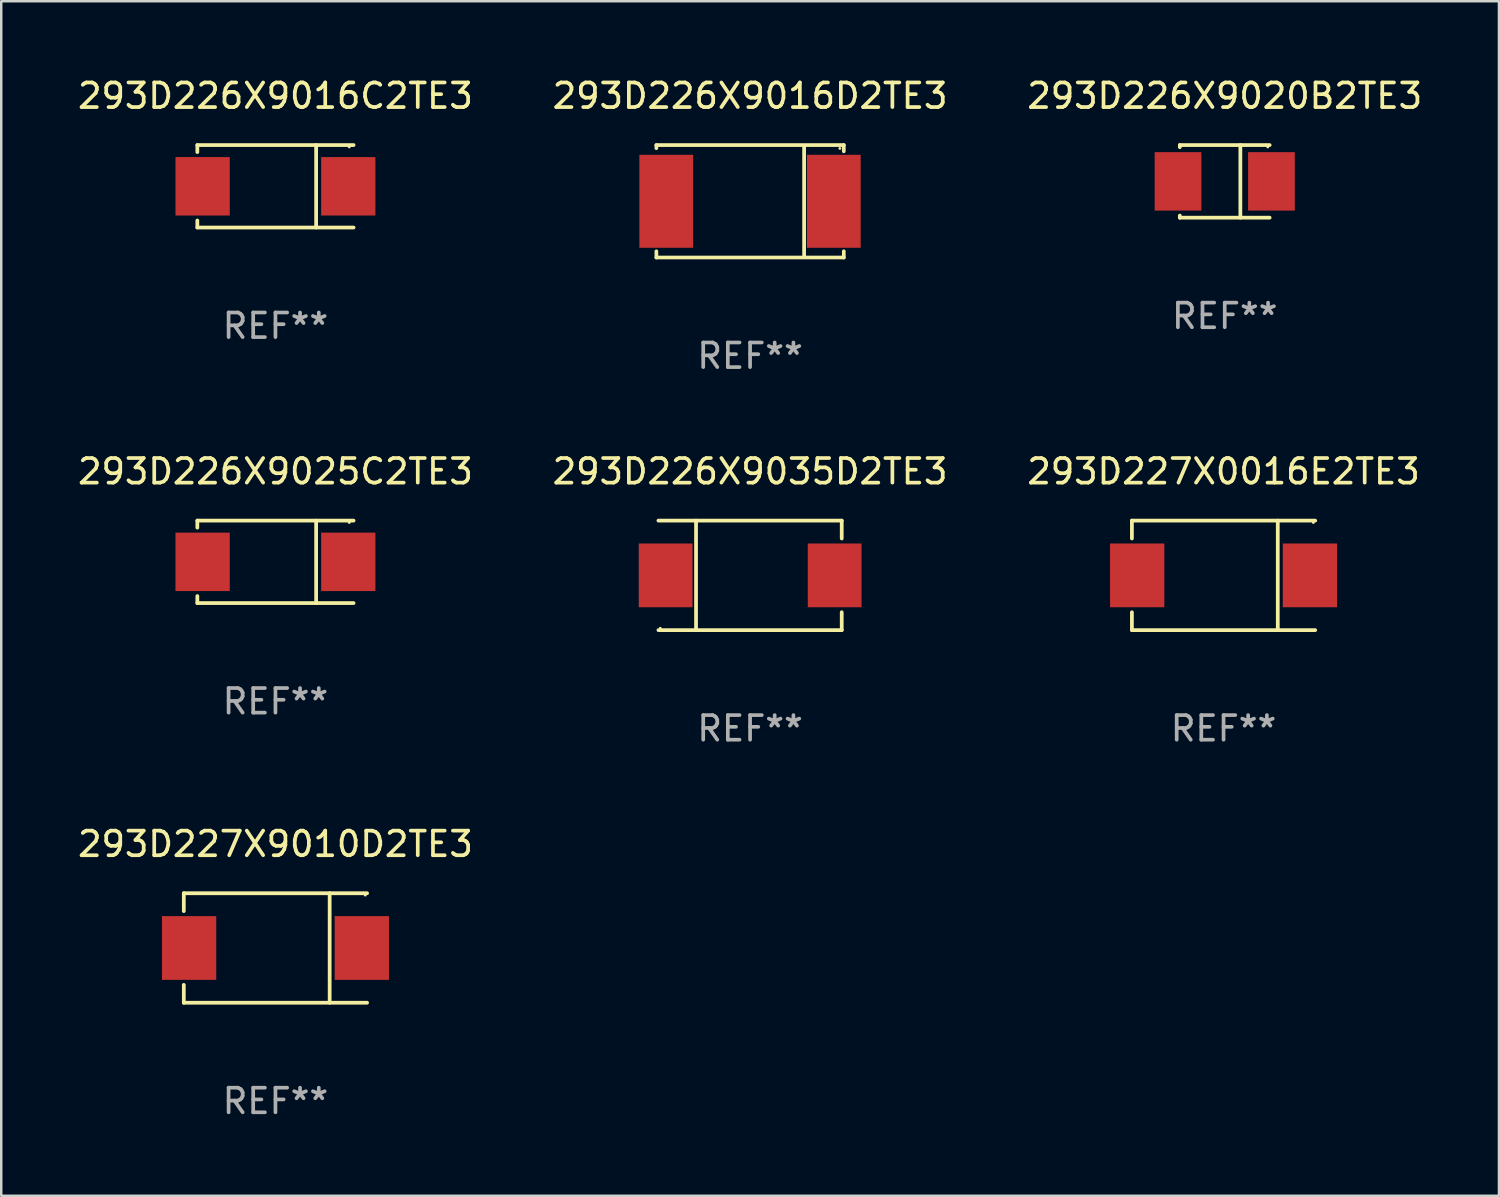
<source format=kicad_pcb>
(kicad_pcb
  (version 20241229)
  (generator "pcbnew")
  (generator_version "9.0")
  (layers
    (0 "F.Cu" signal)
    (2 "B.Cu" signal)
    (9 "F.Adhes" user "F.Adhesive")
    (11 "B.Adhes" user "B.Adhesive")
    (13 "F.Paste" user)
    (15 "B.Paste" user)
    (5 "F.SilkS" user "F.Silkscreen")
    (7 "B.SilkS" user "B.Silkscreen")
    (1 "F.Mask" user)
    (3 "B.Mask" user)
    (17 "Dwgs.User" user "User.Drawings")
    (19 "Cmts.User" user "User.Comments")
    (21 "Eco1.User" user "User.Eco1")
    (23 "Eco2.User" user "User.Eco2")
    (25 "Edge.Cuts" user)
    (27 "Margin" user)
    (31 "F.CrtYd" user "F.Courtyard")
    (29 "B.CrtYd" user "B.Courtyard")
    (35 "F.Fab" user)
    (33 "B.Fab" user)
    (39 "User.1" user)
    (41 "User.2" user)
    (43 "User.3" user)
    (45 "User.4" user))
  (footprint "293D226X9016D2TE3"
    (layer "F.Cu")
    (at 27.446 5.134)
    (property "Reference" "293D226X9016D2TE3" (at 0 -4.286 0) (layer "F.SilkS") (effects (font (size 1 1) (thickness 0.15))))
    (attr through_hole)
    (fp_line (start -3.81 -2.286) (end -3.81 -2.159) (stroke (width 0.15) (type solid)) (layer "F.SilkS"))
    (fp_line (start -3.81 2.032) (end -3.81 2.286) (stroke (width 0.15) (type solid)) (layer "F.SilkS"))
    (fp_line (start -3.81 2.286) (end 3.81 2.286) (stroke (width 0.15) (type solid)) (layer "F.SilkS"))
    (fp_line (start 2.197 -2.226) (end 2.197 2.226) (stroke (width 0.152) (type solid)) (layer "F.SilkS"))
    (fp_line (start 3.81 -2.286) (end -3.81 -2.286) (stroke (width 0.15) (type solid)) (layer "F.SilkS"))
    (fp_line (start 3.81 -2.032) (end 3.81 -2.286) (stroke (width 0.15) (type solid)) (layer "F.SilkS"))
    (fp_line (start 3.81 2.286) (end 3.81 2.032) (stroke (width 0.15) (type solid)) (layer "F.SilkS"))
    (fp_circle (center 3.65 -2.15) (end 3.68 -2.15) (stroke (width 0.06) (type solid)) (fill no) (layer "F.SilkS"))
    (fp_text user "REF**" (at 0 6.286 0) (layer "F.Fab") (effects (font (size 1 1) (thickness 0.15))))
    (pad "1" smd rect (at 3.404 0 180) (size 2.185 3.78) (layers "F.Cu" "F.Mask" "F.Paste"))
    (pad "2" smd rect (at -3.409 0 180) (size 2.185 3.78) (layers "F.Cu" "F.Mask" "F.Paste")))
  (footprint "293D227X9010D2TE3"
    (layer "F.Cu")
    (at 8.149 35.492)
    (property "Reference" "293D227X9010D2TE3" (at 0 -4.226 0) (layer "F.SilkS") (effects (font (size 1 1) (thickness 0.15))))
    (attr through_hole)
    (fp_line (start -3.726 -2.226) (end -3.726 -1.499) (stroke (width 0.152) (type solid)) (layer "F.SilkS"))
    (fp_line (start -3.726 -2.226) (end 3.726 -2.226) (stroke (width 0.152) (type solid)) (layer "F.SilkS"))
    (fp_line (start -3.726 2.226) (end -3.726 1.499) (stroke (width 0.152) (type solid)) (layer "F.SilkS"))
    (fp_line (start -3.726 2.226) (end 3.726 2.226) (stroke (width 0.152) (type solid)) (layer "F.SilkS"))
    (fp_line (start 2.204 -2.226) (end 2.204 2.226) (stroke (width 0.152) (type solid)) (layer "F.SilkS"))
    (fp_circle (center 3.65 -2.15) (end 3.68 -2.15) (stroke (width 0.06) (type solid)) (fill no) (layer "F.SilkS"))
    (fp_text user "REF**" (at 0 6.226 0) (layer "F.Fab") (effects (font (size 1 1) (thickness 0.15))))
    (pad "1" smd rect (at 3.511 0) (size 2.207 2.592) (layers "F.Cu" "F.Mask" "F.Paste"))
    (pad "2" smd rect (at -3.511 0) (size 2.207 2.592) (layers "F.Cu" "F.Mask" "F.Paste")))
  (footprint "293D227X0016E2TE3"
    (layer "F.Cu")
    (at 46.696 20.343)
    (property "Reference" "293D227X0016E2TE3" (at 0 -4.226 0) (layer "F.SilkS") (effects (font (size 1 1) (thickness 0.15))))
    (attr through_hole)
    (fp_line (start -3.726 -2.226) (end -3.726 -1.499) (stroke (width 0.152) (type solid)) (layer "F.SilkS"))
    (fp_line (start -3.726 -2.226) (end 3.726 -2.226) (stroke (width 0.152) (type solid)) (layer "F.SilkS"))
    (fp_line (start -3.726 2.226) (end -3.726 1.499) (stroke (width 0.152) (type solid)) (layer "F.SilkS"))
    (fp_line (start -3.726 2.226) (end 3.726 2.226) (stroke (width 0.152) (type solid)) (layer "F.SilkS"))
    (fp_line (start 2.204 -2.226) (end 2.204 2.226) (stroke (width 0.152) (type solid)) (layer "F.SilkS"))
    (fp_circle (center 3.65 -2.15) (end 3.68 -2.15) (stroke (width 0.06) (type solid)) (fill no) (layer "F.SilkS"))
    (fp_text user "REF**" (at 0 6.226 0) (layer "F.Fab") (effects (font (size 1 1) (thickness 0.15))))
    (pad "1" smd rect (at 3.511 0) (size 2.207 2.592) (layers "F.Cu" "F.Mask" "F.Paste"))
    (pad "2" smd rect (at -3.511 0) (size 2.207 2.592) (layers "F.Cu" "F.Mask" "F.Paste")))
  (footprint "293D226X9020B2TE3"
    (layer "F.Cu")
    (at 46.744 4.324)
    (property "Reference" "293D226X9020B2TE3" (at 0 -3.476 0) (layer "F.SilkS") (effects (font (size 1 1) (thickness 0.15))))
    (attr through_hole)
    (fp_line (start -1.826 -1.476) (end -1.826 -1.391) (stroke (width 0.152) (type solid)) (layer "F.SilkS"))
    (fp_line (start -1.826 -1.476) (end 1.826 -1.476) (stroke (width 0.152) (type solid)) (layer "F.SilkS"))
    (fp_line (start -1.826 1.476) (end -1.826 1.391) (stroke (width 0.152) (type solid)) (layer "F.SilkS"))
    (fp_line (start -1.826 1.476) (end 1.826 1.476) (stroke (width 0.152) (type solid)) (layer "F.SilkS"))
    (fp_line (start 0.635 -1.476) (end 0.635 1.476) (stroke (width 0.152) (type solid)) (layer "F.SilkS"))
    (fp_circle (center 1.75 -1.4) (end 1.78 -1.4) (stroke (width 0.06) (type solid)) (fill no) (layer "F.SilkS"))
    (fp_text user "REF**" (at 0 5.476 0) (layer "F.Fab") (effects (font (size 1 1) (thickness 0.15))))
    (pad "1" smd rect (at 1.899 0) (size 1.9 2.376) (layers "F.Cu" "F.Mask" "F.Paste"))
    (pad "2" smd rect (at -1.899 0) (size 1.9 2.376) (layers "F.Cu" "F.Mask" "F.Paste")))
  (footprint "293D226X9025C2TE3"
    (layer "F.Cu")
    (at 8.149 19.793)
    (property "Reference" "293D226X9025C2TE3" (at 0 -3.676 0) (layer "F.SilkS") (effects (font (size 1 1) (thickness 0.15))))
    (attr through_hole)
    (fp_line (start -3.176 -1.676) (end -3.176 -1.391) (stroke (width 0.152) (type solid)) (layer "F.SilkS"))
    (fp_line (start -3.176 -1.676) (end 3.176 -1.676) (stroke (width 0.152) (type solid)) (layer "F.SilkS"))
    (fp_line (start -3.176 1.676) (end -3.176 1.391) (stroke (width 0.152) (type solid)) (layer "F.SilkS"))
    (fp_line (start -3.176 1.676) (end 3.176 1.676) (stroke (width 0.152) (type solid)) (layer "F.SilkS"))
    (fp_line (start 1.654 -1.676) (end 1.654 1.676) (stroke (width 0.152) (type solid)) (layer "F.SilkS"))
    (fp_circle (center 3 -1.6) (end 3.03 -1.6) (stroke (width 0.06) (type solid)) (fill no) (layer "F.SilkS"))
    (fp_text user "REF**" (at 0 5.676 0) (layer "F.Fab") (effects (font (size 1 1) (thickness 0.15))))
    (pad "1" smd rect (at 2.961 0) (size 2.207 2.376) (layers "F.Cu" "F.Mask" "F.Paste"))
    (pad "2" smd rect (at -2.961 0) (size 2.207 2.376) (layers "F.Cu" "F.Mask" "F.Paste")))
  (footprint "293D226X9035D2TE3"
    (layer "F.Cu")
    (at 27.446 20.343)
    (property "Reference" "293D226X9035D2TE3" (at 0 -4.226 0) (layer "F.SilkS") (effects (font (size 1 1) (thickness 0.15))))
    (attr through_hole)
    (fp_line (start -3.726 -2.226) (end 3.726 -2.226) (stroke (width 0.152) (type solid)) (layer "F.SilkS"))
    (fp_line (start -3.726 2.226) (end 3.726 2.226) (stroke (width 0.152) (type solid)) (layer "F.SilkS"))
    (fp_line (start -2.197 -2.226) (end -2.197 2.226) (stroke (width 0.152) (type solid)) (layer "F.SilkS"))
    (fp_line (start 3.726 -2.226) (end 3.726 -1.499) (stroke (width 0.152) (type solid)) (layer "F.SilkS"))
    (fp_line (start 3.726 2.226) (end 3.726 1.499) (stroke (width 0.152) (type solid)) (layer "F.SilkS"))
    (fp_circle (center -3.65 2.15) (end -3.62 2.15) (stroke (width 0.06) (type solid)) (fill no) (layer "F.SilkS"))
    (fp_text user "REF**" (at 0 6.226 0) (layer "F.Fab") (effects (font (size 1 1) (thickness 0.15))))
    (pad "1" smd rect (at -3.434 0 180) (size 2.185 2.592) (layers "F.Cu" "F.Mask" "F.Paste"))
    (pad "2" smd rect (at 3.439 0 180) (size 2.185 2.592) (layers "F.Cu" "F.Mask" "F.Paste")))
  (footprint "293D226X9016C2TE3"
    (layer "F.Cu")
    (at 8.149 4.524)
    (property "Reference" "293D226X9016C2TE3" (at 0 -3.676 0) (layer "F.SilkS") (effects (font (size 1 1) (thickness 0.15))))
    (attr through_hole)
    (fp_line (start -3.176 -1.676) (end -3.176 -1.391) (stroke (width 0.152) (type solid)) (layer "F.SilkS"))
    (fp_line (start -3.176 -1.676) (end 3.176 -1.676) (stroke (width 0.152) (type solid)) (layer "F.SilkS"))
    (fp_line (start -3.176 1.676) (end -3.176 1.391) (stroke (width 0.152) (type solid)) (layer "F.SilkS"))
    (fp_line (start -3.176 1.676) (end 3.176 1.676) (stroke (width 0.152) (type solid)) (layer "F.SilkS"))
    (fp_line (start 1.654 -1.676) (end 1.654 1.676) (stroke (width 0.152) (type solid)) (layer "F.SilkS"))
    (fp_circle (center 3 -1.6) (end 3.03 -1.6) (stroke (width 0.06) (type solid)) (fill no) (layer "F.SilkS"))
    (fp_text user "REF**" (at 0 5.676 0) (layer "F.Fab") (effects (font (size 1 1) (thickness 0.15))))
    (pad "1" smd rect (at 2.961 0) (size 2.207 2.376) (layers "F.Cu" "F.Mask" "F.Paste"))
    (pad "2" smd rect (at -2.961 0) (size 2.207 2.376) (layers "F.Cu" "F.Mask" "F.Paste")))
  (gr_rect
    (start -3 -3)
    (end 57.893 45.566)
    (stroke (width 0.1) (type default))
    (fill no)
    (layer "Edge.Cuts")))
</source>
